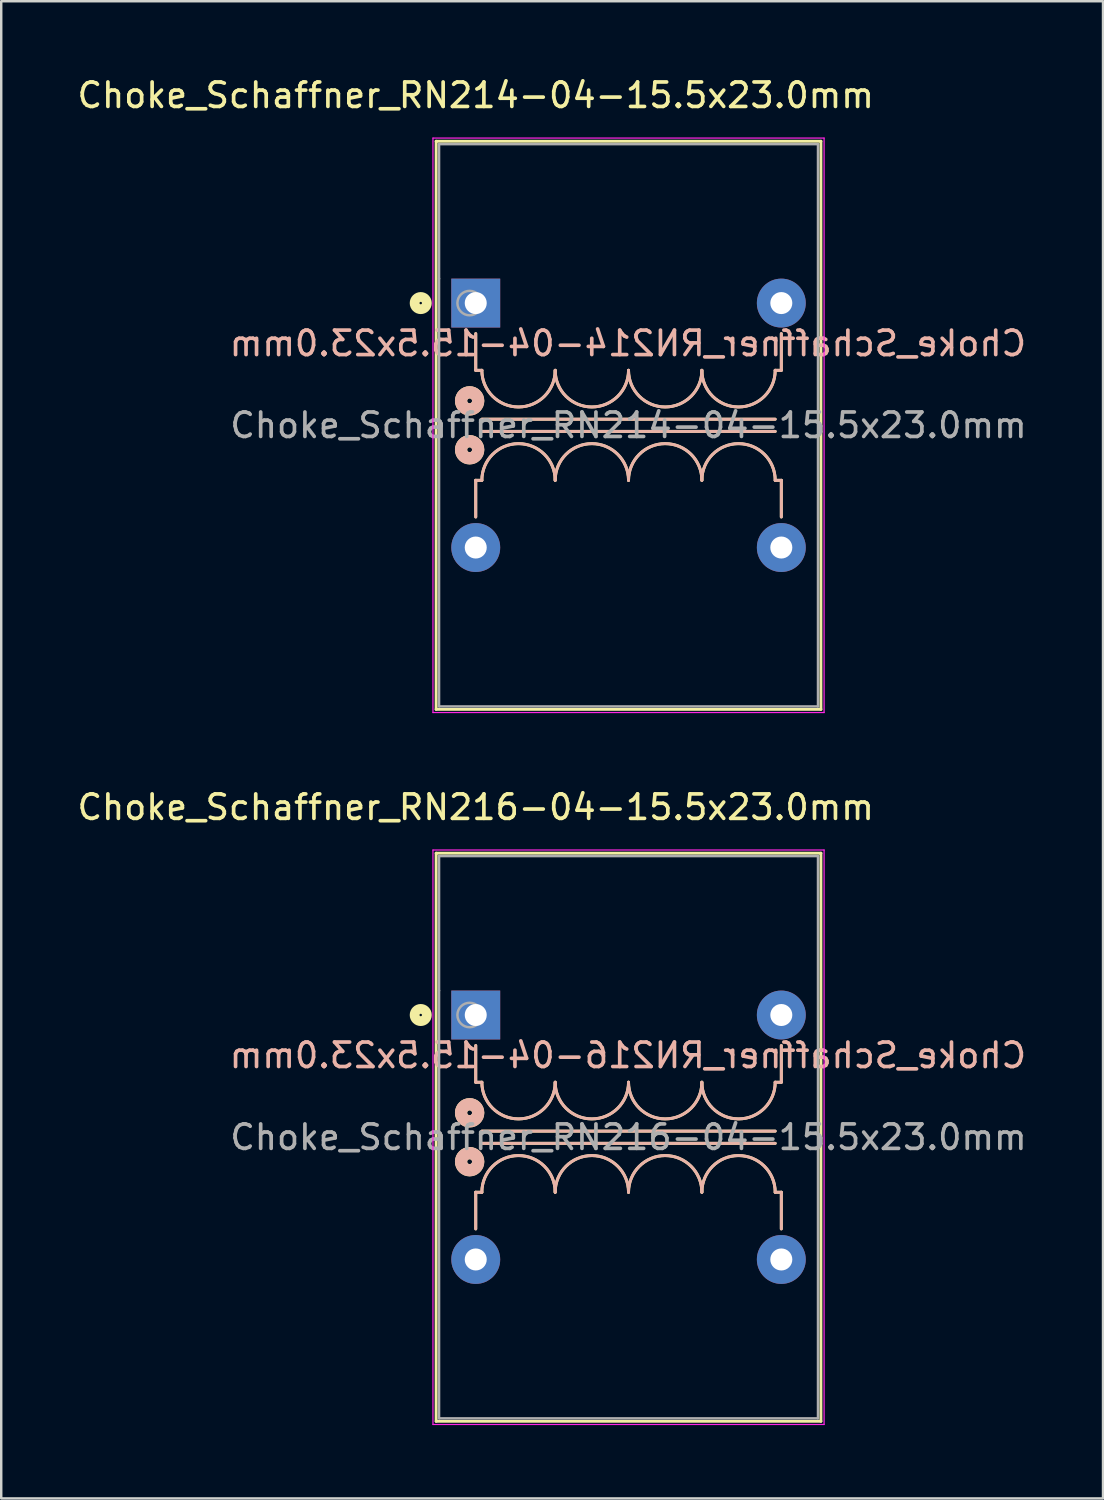
<source format=kicad_pcb>
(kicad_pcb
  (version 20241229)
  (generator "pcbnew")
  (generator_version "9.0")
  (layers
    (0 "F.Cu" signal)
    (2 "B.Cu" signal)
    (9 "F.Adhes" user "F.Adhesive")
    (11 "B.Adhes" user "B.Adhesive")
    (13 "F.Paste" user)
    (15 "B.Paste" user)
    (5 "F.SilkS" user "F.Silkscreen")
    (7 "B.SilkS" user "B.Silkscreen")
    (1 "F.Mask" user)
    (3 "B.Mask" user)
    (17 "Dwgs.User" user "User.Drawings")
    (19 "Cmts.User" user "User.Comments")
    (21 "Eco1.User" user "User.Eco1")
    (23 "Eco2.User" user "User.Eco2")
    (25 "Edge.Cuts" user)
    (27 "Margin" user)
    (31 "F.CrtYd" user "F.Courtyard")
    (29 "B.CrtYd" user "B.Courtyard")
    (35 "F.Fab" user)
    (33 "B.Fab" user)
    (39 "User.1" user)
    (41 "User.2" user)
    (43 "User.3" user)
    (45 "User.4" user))
  (footprint "Choke_Schaffner_RN214-04-15.5x23.0mm"
    (layer "F.Cu")
    (at 16.411 9.348)
    (property "Reference" "Choke_Schaffner_RN214-04-15.5x23.0mm" (at 0 -8.5 0) (layer "F.SilkS") (effects (font (size 1 1) (thickness 0.15))))
    (fp_line (start -1.62 -6.62) (end 14.12 -6.62) (stroke (width 0.12) (type solid)) (layer "F.SilkS"))
    (fp_line (start -1.62 16.62) (end -1.62 -6.62) (stroke (width 0.12) (type solid)) (layer "F.SilkS"))
    (fp_line (start 0 2.75) (end 0 1.25) (stroke (width 0.12) (type solid)) (layer "F.SilkS"))
    (fp_line (start 0 7.25) (end 0 8.75) (stroke (width 0.12) (type solid)) (layer "F.SilkS"))
    (fp_line (start 0.25 2.75) (end 0 2.75) (stroke (width 0.12) (type solid)) (layer "F.SilkS"))
    (fp_line (start 0.25 5.25) (end 12.25 5.25) (stroke (width 0.12) (type solid)) (layer "F.SilkS"))
    (fp_line (start 0.25 7.25) (end 0 7.25) (stroke (width 0.12) (type solid)) (layer "F.SilkS"))
    (fp_line (start 12.25 2.75) (end 12.5 2.75) (stroke (width 0.12) (type solid)) (layer "F.SilkS"))
    (fp_line (start 12.25 4.75) (end 0.25 4.75) (stroke (width 0.12) (type solid)) (layer "F.SilkS"))
    (fp_line (start 12.25 7.25) (end 12.5 7.25) (stroke (width 0.12) (type solid)) (layer "F.SilkS"))
    (fp_line (start 12.5 2.75) (end 12.5 1.25) (stroke (width 0.12) (type solid)) (layer "F.SilkS"))
    (fp_line (start 12.5 7.25) (end 12.5 8.75) (stroke (width 0.12) (type solid)) (layer "F.SilkS"))
    (fp_line (start 14.12 -6.62) (end 14.12 16.62) (stroke (width 0.12) (type solid)) (layer "F.SilkS"))
    (fp_line (start 14.12 16.62) (end -1.62 16.62) (stroke (width 0.12) (type solid)) (layer "F.SilkS"))
    (fp_arc (start 0.25 7.25) (mid 1.75 5.75) (end 3.25 7.25) (stroke (width 0.12) (type solid)) (layer "F.SilkS"))
    (fp_arc (start 3.25 2.75) (mid 1.75 4.25) (end 0.25 2.75) (stroke (width 0.12) (type solid)) (layer "F.SilkS"))
    (fp_arc (start 3.25 7.25) (mid 4.75 5.75) (end 6.25 7.25) (stroke (width 0.12) (type solid)) (layer "F.SilkS"))
    (fp_arc (start 6.25 2.75) (mid 4.75 4.25) (end 3.25 2.75) (stroke (width 0.12) (type solid)) (layer "F.SilkS"))
    (fp_arc (start 6.25 7.25) (mid 7.75 5.75) (end 9.25 7.25) (stroke (width 0.12) (type solid)) (layer "F.SilkS"))
    (fp_arc (start 9.25 2.75) (mid 7.75 4.25) (end 6.25 2.75) (stroke (width 0.12) (type solid)) (layer "F.SilkS"))
    (fp_arc (start 9.25 7.25) (mid 10.75 5.75) (end 12.25 7.25) (stroke (width 0.12) (type solid)) (layer "F.SilkS"))
    (fp_arc (start 12.25 2.75) (mid 10.75 4.25) (end 9.25 2.75) (stroke (width 0.12) (type solid)) (layer "F.SilkS"))
    (fp_circle (center -2.25 0) (end -2.2 0) (stroke (width 0.4) (type solid)) (fill no) (layer "F.SilkS"))
    (fp_circle (center -0.25 4) (end -0.15 4) (stroke (width 0.5) (type solid)) (fill no) (layer "F.SilkS"))
    (fp_circle (center -0.25 6) (end -0.15 6) (stroke (width 0.5) (type solid)) (fill no) (layer "F.SilkS"))
    (fp_line (start 0 2.75) (end 0 1.25) (stroke (width 0.12) (type solid)) (layer "B.SilkS"))
    (fp_line (start 0 7.25) (end 0 8.75) (stroke (width 0.12) (type solid)) (layer "B.SilkS"))
    (fp_line (start 0.25 2.75) (end 0 2.75) (stroke (width 0.12) (type solid)) (layer "B.SilkS"))
    (fp_line (start 0.25 4.75) (end 12.25 4.75) (stroke (width 0.12) (type solid)) (layer "B.SilkS"))
    (fp_line (start 0.25 7.25) (end 0 7.25) (stroke (width 0.12) (type solid)) (layer "B.SilkS"))
    (fp_line (start 12.25 2.75) (end 12.5 2.75) (stroke (width 0.12) (type solid)) (layer "B.SilkS"))
    (fp_line (start 12.25 5.25) (end 0.25 5.25) (stroke (width 0.12) (type solid)) (layer "B.SilkS"))
    (fp_line (start 12.25 7.25) (end 12.5 7.25) (stroke (width 0.12) (type solid)) (layer "B.SilkS"))
    (fp_line (start 12.5 2.75) (end 12.5 1.25) (stroke (width 0.12) (type solid)) (layer "B.SilkS"))
    (fp_line (start 12.5 7.25) (end 12.5 8.75) (stroke (width 0.12) (type solid)) (layer "B.SilkS"))
    (fp_arc (start 0.25 7.25) (mid 1.75 5.75) (end 3.25 7.25) (stroke (width 0.12) (type solid)) (layer "B.SilkS"))
    (fp_arc (start 3.25 2.75) (mid 1.75 4.25) (end 0.25 2.75) (stroke (width 0.12) (type solid)) (layer "B.SilkS"))
    (fp_arc (start 3.25 7.25) (mid 4.75 5.75) (end 6.25 7.25) (stroke (width 0.12) (type solid)) (layer "B.SilkS"))
    (fp_arc (start 6.25 2.75) (mid 4.75 4.25) (end 3.25 2.75) (stroke (width 0.12) (type solid)) (layer "B.SilkS"))
    (fp_arc (start 6.25 7.25) (mid 7.75 5.75) (end 9.25 7.25) (stroke (width 0.12) (type solid)) (layer "B.SilkS"))
    (fp_arc (start 9.25 2.75) (mid 7.75 4.25) (end 6.25 2.75) (stroke (width 0.12) (type solid)) (layer "B.SilkS"))
    (fp_arc (start 9.25 7.25) (mid 10.75 5.75) (end 12.25 7.25) (stroke (width 0.12) (type solid)) (layer "B.SilkS"))
    (fp_arc (start 12.25 2.75) (mid 10.75 4.25) (end 9.25 2.75) (stroke (width 0.12) (type solid)) (layer "B.SilkS"))
    (fp_circle (center -0.25 4) (end -0.15 4) (stroke (width 0.5) (type solid)) (fill no) (layer "B.SilkS"))
    (fp_circle (center -0.25 6) (end -0.15 6) (stroke (width 0.5) (type solid)) (fill no) (layer "B.SilkS"))
    (fp_line (start -1.75 -6.75) (end -1.75 16.75) (stroke (width 0.05) (type solid)) (layer "F.CrtYd"))
    (fp_line (start -1.75 16.75) (end 14.25 16.75) (stroke (width 0.05) (type solid)) (layer "F.CrtYd"))
    (fp_line (start 14.25 -6.75) (end -1.75 -6.75) (stroke (width 0.05) (type solid)) (layer "F.CrtYd"))
    (fp_line (start 14.25 16.75) (end 14.25 -6.75) (stroke (width 0.05) (type solid)) (layer "F.CrtYd"))
    (fp_line (start -1.5 -6.5) (end 14 -6.5) (stroke (width 0.1) (type solid)) (layer "F.Fab"))
    (fp_line (start -1.5 -1) (end -1.5 -6.5) (stroke (width 0.1) (type solid)) (layer "F.Fab"))
    (fp_line (start -1.5 16.5) (end -1.5 -1) (stroke (width 0.1) (type solid)) (layer "F.Fab"))
    (fp_line (start 14 -6.5) (end 14 16.5) (stroke (width 0.1) (type solid)) (layer "F.Fab"))
    (fp_line (start 14 16.5) (end -1.5 16.5) (stroke (width 0.1) (type solid)) (layer "F.Fab"))
    (fp_circle (center -0.25 0) (end 0.25 0) (stroke (width 0.1) (type solid)) (fill no) (layer "F.Fab"))
    (fp_text user "${REFERENCE}" (at 6.223 1.651 0) (layer "B.SilkS") (effects (font (size 1 1) (thickness 0.15)) (justify mirror)))
    (fp_text user "${REFERENCE}" (at 6.25 5 0) (layer "F.Fab") (effects (font (size 1 1) (thickness 0.15))))
    (pad "1" thru_hole rect (at 0 0) (size 2 2) (drill 0.9) (layers "*.Cu" "*.Mask"))
    (pad "2" thru_hole circle (at 12.5 0) (size 2 2) (drill 0.9) (layers "*.Cu" "*.Mask"))
    (pad "3" thru_hole circle (at 0 10) (size 2 2) (drill 0.9) (layers "*.Cu" "*.Mask"))
    (pad "4" thru_hole circle (at 12.5 10) (size 2 2) (drill 0.9) (layers "*.Cu" "*.Mask")))
  (footprint "Choke_Schaffner_RN216-04-15.5x23.0mm"
    (layer "F.Cu")
    (at 16.411 38.471)
    (property "Reference" "Choke_Schaffner_RN216-04-15.5x23.0mm" (at 0 -8.5 0) (layer "F.SilkS") (effects (font (size 1 1) (thickness 0.15))))
    (fp_line (start -1.62 -6.62) (end 14.12 -6.62) (stroke (width 0.12) (type solid)) (layer "F.SilkS"))
    (fp_line (start -1.62 16.62) (end -1.62 -6.62) (stroke (width 0.12) (type solid)) (layer "F.SilkS"))
    (fp_line (start 0 2.75) (end 0 1.25) (stroke (width 0.12) (type solid)) (layer "F.SilkS"))
    (fp_line (start 0 7.25) (end 0 8.75) (stroke (width 0.12) (type solid)) (layer "F.SilkS"))
    (fp_line (start 0.25 2.75) (end 0 2.75) (stroke (width 0.12) (type solid)) (layer "F.SilkS"))
    (fp_line (start 0.25 5.25) (end 12.25 5.25) (stroke (width 0.12) (type solid)) (layer "F.SilkS"))
    (fp_line (start 0.25 7.25) (end 0 7.25) (stroke (width 0.12) (type solid)) (layer "F.SilkS"))
    (fp_line (start 12.25 2.75) (end 12.5 2.75) (stroke (width 0.12) (type solid)) (layer "F.SilkS"))
    (fp_line (start 12.25 4.75) (end 0.25 4.75) (stroke (width 0.12) (type solid)) (layer "F.SilkS"))
    (fp_line (start 12.25 7.25) (end 12.5 7.25) (stroke (width 0.12) (type solid)) (layer "F.SilkS"))
    (fp_line (start 12.5 2.75) (end 12.5 1.25) (stroke (width 0.12) (type solid)) (layer "F.SilkS"))
    (fp_line (start 12.5 7.25) (end 12.5 8.75) (stroke (width 0.12) (type solid)) (layer "F.SilkS"))
    (fp_line (start 14.12 -6.62) (end 14.12 16.62) (stroke (width 0.12) (type solid)) (layer "F.SilkS"))
    (fp_line (start 14.12 16.62) (end -1.62 16.62) (stroke (width 0.12) (type solid)) (layer "F.SilkS"))
    (fp_arc (start 0.25 7.25) (mid 1.75 5.75) (end 3.25 7.25) (stroke (width 0.12) (type solid)) (layer "F.SilkS"))
    (fp_arc (start 3.25 2.75) (mid 1.75 4.25) (end 0.25 2.75) (stroke (width 0.12) (type solid)) (layer "F.SilkS"))
    (fp_arc (start 3.25 7.25) (mid 4.75 5.75) (end 6.25 7.25) (stroke (width 0.12) (type solid)) (layer "F.SilkS"))
    (fp_arc (start 6.25 2.75) (mid 4.75 4.25) (end 3.25 2.75) (stroke (width 0.12) (type solid)) (layer "F.SilkS"))
    (fp_arc (start 6.25 7.25) (mid 7.75 5.75) (end 9.25 7.25) (stroke (width 0.12) (type solid)) (layer "F.SilkS"))
    (fp_arc (start 9.25 2.75) (mid 7.75 4.25) (end 6.25 2.75) (stroke (width 0.12) (type solid)) (layer "F.SilkS"))
    (fp_arc (start 9.25 7.25) (mid 10.75 5.75) (end 12.25 7.25) (stroke (width 0.12) (type solid)) (layer "F.SilkS"))
    (fp_arc (start 12.25 2.75) (mid 10.75 4.25) (end 9.25 2.75) (stroke (width 0.12) (type solid)) (layer "F.SilkS"))
    (fp_circle (center -2.25 0) (end -2.2 0) (stroke (width 0.4) (type solid)) (fill no) (layer "F.SilkS"))
    (fp_circle (center -0.25 4) (end -0.15 4) (stroke (width 0.5) (type solid)) (fill no) (layer "F.SilkS"))
    (fp_circle (center -0.25 6) (end -0.15 6) (stroke (width 0.5) (type solid)) (fill no) (layer "F.SilkS"))
    (fp_line (start 0 2.75) (end 0 1.25) (stroke (width 0.12) (type solid)) (layer "B.SilkS"))
    (fp_line (start 0 7.25) (end 0 8.75) (stroke (width 0.12) (type solid)) (layer "B.SilkS"))
    (fp_line (start 0.25 2.75) (end 0 2.75) (stroke (width 0.12) (type solid)) (layer "B.SilkS"))
    (fp_line (start 0.25 4.75) (end 12.25 4.75) (stroke (width 0.12) (type solid)) (layer "B.SilkS"))
    (fp_line (start 0.25 7.25) (end 0 7.25) (stroke (width 0.12) (type solid)) (layer "B.SilkS"))
    (fp_line (start 12.25 2.75) (end 12.5 2.75) (stroke (width 0.12) (type solid)) (layer "B.SilkS"))
    (fp_line (start 12.25 5.25) (end 0.25 5.25) (stroke (width 0.12) (type solid)) (layer "B.SilkS"))
    (fp_line (start 12.25 7.25) (end 12.5 7.25) (stroke (width 0.12) (type solid)) (layer "B.SilkS"))
    (fp_line (start 12.5 2.75) (end 12.5 1.25) (stroke (width 0.12) (type solid)) (layer "B.SilkS"))
    (fp_line (start 12.5 7.25) (end 12.5 8.75) (stroke (width 0.12) (type solid)) (layer "B.SilkS"))
    (fp_arc (start 0.25 7.25) (mid 1.75 5.75) (end 3.25 7.25) (stroke (width 0.12) (type solid)) (layer "B.SilkS"))
    (fp_arc (start 3.25 2.75) (mid 1.75 4.25) (end 0.25 2.75) (stroke (width 0.12) (type solid)) (layer "B.SilkS"))
    (fp_arc (start 3.25 7.25) (mid 4.75 5.75) (end 6.25 7.25) (stroke (width 0.12) (type solid)) (layer "B.SilkS"))
    (fp_arc (start 6.25 2.75) (mid 4.75 4.25) (end 3.25 2.75) (stroke (width 0.12) (type solid)) (layer "B.SilkS"))
    (fp_arc (start 6.25 7.25) (mid 7.75 5.75) (end 9.25 7.25) (stroke (width 0.12) (type solid)) (layer "B.SilkS"))
    (fp_arc (start 9.25 2.75) (mid 7.75 4.25) (end 6.25 2.75) (stroke (width 0.12) (type solid)) (layer "B.SilkS"))
    (fp_arc (start 9.25 7.25) (mid 10.75 5.75) (end 12.25 7.25) (stroke (width 0.12) (type solid)) (layer "B.SilkS"))
    (fp_arc (start 12.25 2.75) (mid 10.75 4.25) (end 9.25 2.75) (stroke (width 0.12) (type solid)) (layer "B.SilkS"))
    (fp_circle (center -0.25 4) (end -0.15 4) (stroke (width 0.5) (type solid)) (fill no) (layer "B.SilkS"))
    (fp_circle (center -0.25 6) (end -0.15 6) (stroke (width 0.5) (type solid)) (fill no) (layer "B.SilkS"))
    (fp_line (start -1.75 -6.75) (end -1.75 16.75) (stroke (width 0.05) (type solid)) (layer "F.CrtYd"))
    (fp_line (start -1.75 16.75) (end 14.25 16.75) (stroke (width 0.05) (type solid)) (layer "F.CrtYd"))
    (fp_line (start 14.25 -6.75) (end -1.75 -6.75) (stroke (width 0.05) (type solid)) (layer "F.CrtYd"))
    (fp_line (start 14.25 16.75) (end 14.25 -6.75) (stroke (width 0.05) (type solid)) (layer "F.CrtYd"))
    (fp_line (start -1.5 -6.5) (end 14 -6.5) (stroke (width 0.1) (type solid)) (layer "F.Fab"))
    (fp_line (start -1.5 -1) (end -1.5 -6.5) (stroke (width 0.1) (type solid)) (layer "F.Fab"))
    (fp_line (start -1.5 16.5) (end -1.5 -1) (stroke (width 0.1) (type solid)) (layer "F.Fab"))
    (fp_line (start 14 -6.5) (end 14 16.5) (stroke (width 0.1) (type solid)) (layer "F.Fab"))
    (fp_line (start 14 16.5) (end -1.5 16.5) (stroke (width 0.1) (type solid)) (layer "F.Fab"))
    (fp_circle (center -0.25 0) (end 0.25 0) (stroke (width 0.1) (type solid)) (fill no) (layer "F.Fab"))
    (fp_text user "${REFERENCE}" (at 6.223 1.651 0) (layer "B.SilkS") (effects (font (size 1 1) (thickness 0.15)) (justify mirror)))
    (fp_text user "${REFERENCE}" (at 6.25 5 0) (layer "F.Fab") (effects (font (size 1 1) (thickness 0.15))))
    (pad "1" thru_hole rect (at 0 0) (size 2 2) (drill 0.9) (layers "*.Cu" "*.Mask"))
    (pad "2" thru_hole circle (at 12.5 0) (size 2 2) (drill 0.9) (layers "*.Cu" "*.Mask"))
    (pad "3" thru_hole circle (at 0 10) (size 2 2) (drill 0.9) (layers "*.Cu" "*.Mask"))
    (pad "4" thru_hole circle (at 12.5 10) (size 2 2) (drill 0.9) (layers "*.Cu" "*.Mask")))
  (gr_rect
    (start -3 -3)
    (end 42.071 58.246)
    (stroke (width 0.1) (type default))
    (fill no)
    (layer "Edge.Cuts")))
</source>
